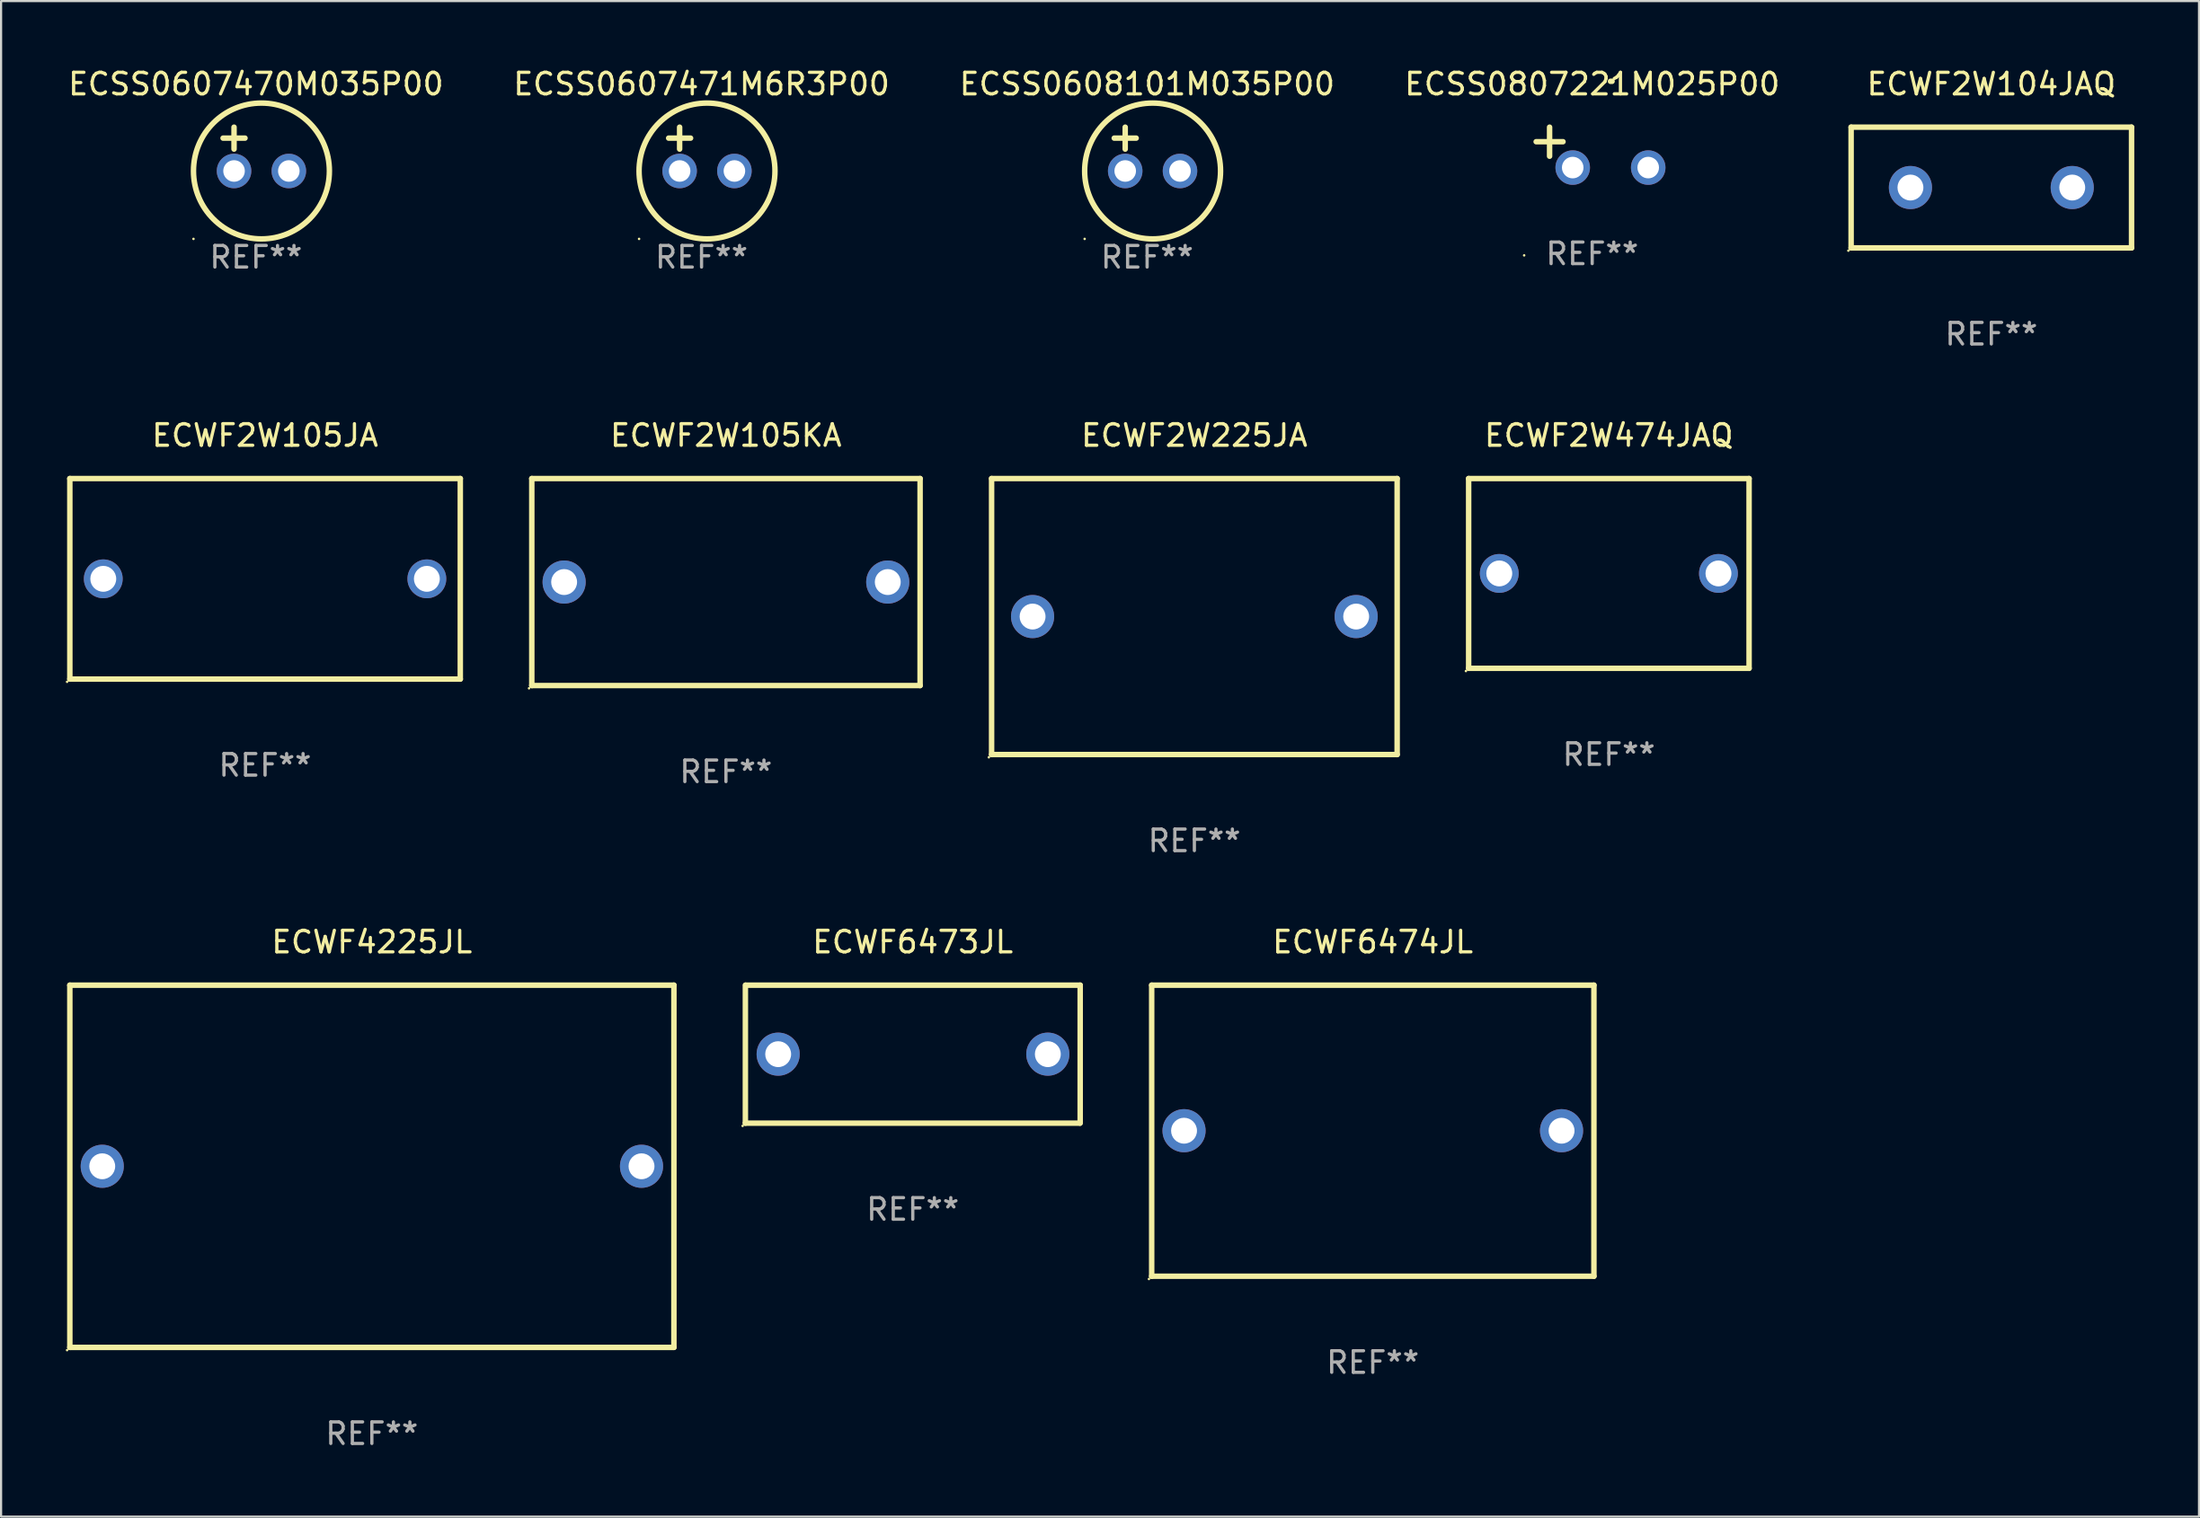
<source format=kicad_pcb>
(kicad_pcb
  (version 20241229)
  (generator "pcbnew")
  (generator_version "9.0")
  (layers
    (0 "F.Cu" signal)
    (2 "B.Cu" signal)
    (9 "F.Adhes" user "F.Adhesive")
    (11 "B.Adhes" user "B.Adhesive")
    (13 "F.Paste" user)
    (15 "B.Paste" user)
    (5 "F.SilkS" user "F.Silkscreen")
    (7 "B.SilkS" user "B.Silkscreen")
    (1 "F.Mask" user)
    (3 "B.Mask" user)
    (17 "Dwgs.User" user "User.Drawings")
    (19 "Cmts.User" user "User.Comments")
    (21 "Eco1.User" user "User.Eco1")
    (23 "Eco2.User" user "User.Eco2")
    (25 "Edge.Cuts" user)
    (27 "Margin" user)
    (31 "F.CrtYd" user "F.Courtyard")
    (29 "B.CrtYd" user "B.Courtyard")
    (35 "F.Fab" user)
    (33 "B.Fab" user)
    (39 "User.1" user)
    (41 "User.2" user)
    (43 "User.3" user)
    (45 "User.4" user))
  (footprint "ECWF2W105KA"
    (layer "F.Cu")
    (at 30.601 23.945)
    (property "Reference" "ECWF2W105KA" (at 0 -6.8 0) (layer "F.SilkS") (effects (font (size 1 1) (thickness 0.15))))
    (attr through_hole)
    (fp_line (start -9 -4.8) (end 9 -4.8) (stroke (width 0.254) (type solid)) (layer "F.SilkS"))
    (fp_line (start -9 4.8) (end -9 -4.8) (stroke (width 0.254) (type solid)) (layer "F.SilkS"))
    (fp_line (start 9 -4.8) (end 9 4.8) (stroke (width 0.254) (type solid)) (layer "F.SilkS"))
    (fp_line (start 9 4.8) (end -9 4.8) (stroke (width 0.254) (type solid)) (layer "F.SilkS"))
    (fp_circle (center -9.127 4.927) (end -9.097 4.927) (stroke (width 0.06) (type solid)) (fill no) (layer "F.SilkS"))
    (fp_text user "REF**" (at 0 8.8 0) (layer "F.Fab") (effects (font (size 1 1) (thickness 0.15))))
    (pad "1" thru_hole circle (at -7.501 0) (size 2 2) (drill 1.2) (layers "*.Cu" "*.Mask"))
    (pad "2" thru_hole circle (at 7.501 0) (size 2 2) (drill 1.2) (layers "*.Cu" "*.Mask")))
  (footprint "ECWF4225JL"
    (layer "F.Cu")
    (at 14.188 51.041)
    (property "Reference" "ECWF4225JL" (at 0 -10.4 0) (layer "F.SilkS") (effects (font (size 1 1) (thickness 0.15))))
    (attr through_hole)
    (fp_line (start -14.001 -8.4) (end 14.001 -8.4) (stroke (width 0.254) (type solid)) (layer "F.SilkS"))
    (fp_line (start -14.001 8.4) (end -14.001 -8.4) (stroke (width 0.254) (type solid)) (layer "F.SilkS"))
    (fp_line (start 14.001 -8.4) (end 14.001 8.4) (stroke (width 0.254) (type solid)) (layer "F.SilkS"))
    (fp_line (start 14.001 8.4) (end -14.001 8.4) (stroke (width 0.254) (type solid)) (layer "F.SilkS"))
    (fp_circle (center -14.128 8.527) (end -14.098 8.527) (stroke (width 0.06) (type solid)) (fill no) (layer "F.SilkS"))
    (fp_text user "REF**" (at 0 12.4 0) (layer "F.Fab") (effects (font (size 1 1) (thickness 0.15))))
    (pad "1" thru_hole circle (at -12.499 0) (size 2 2) (drill 1.2) (layers "*.Cu" "*.Mask"))
    (pad "2" thru_hole circle (at 12.499 0) (size 2 2) (drill 1.2) (layers "*.Cu" "*.Mask")))
  (footprint "ECWF2W474JAQ"
    (layer "F.Cu")
    (at 71.529 23.545)
    (property "Reference" "ECWF2W474JAQ" (at 0 -6.4 0) (layer "F.SilkS") (effects (font (size 1 1) (thickness 0.15))))
    (attr through_hole)
    (fp_line (start -6.5 -4.4) (end 6.5 -4.4) (stroke (width 0.254) (type solid)) (layer "F.SilkS"))
    (fp_line (start -6.5 4.4) (end -6.5 -4.4) (stroke (width 0.254) (type solid)) (layer "F.SilkS"))
    (fp_line (start 6.5 -4.4) (end 6.5 4.4) (stroke (width 0.254) (type solid)) (layer "F.SilkS"))
    (fp_line (start 6.5 4.4) (end -6.5 4.4) (stroke (width 0.254) (type solid)) (layer "F.SilkS"))
    (fp_circle (center -6.627 4.527) (end -6.597 4.527) (stroke (width 0.06) (type solid)) (fill no) (layer "F.SilkS"))
    (fp_text user "REF**" (at 0 8.4 0) (layer "F.Fab") (effects (font (size 1 1) (thickness 0.15))))
    (pad "1" thru_hole circle (at -5.08 0) (size 1.8 1.8) (drill 1.2) (layers "*.Cu" "*.Mask"))
    (pad "2" thru_hole circle (at 5.08 0) (size 1.8 1.8) (drill 1.2) (layers "*.Cu" "*.Mask")))
  (footprint "ECSS0607471M6R3P00"
    (layer "F.Cu")
    (at 29.47 3.864)
    (property "Reference" "ECSS0607471M6R3P00" (at 0 -3.016 0) (layer "F.SilkS") (effects (font (size 1 1) (thickness 0.15))))
    (attr through_hole)
    (fp_line (start -1.524 -0.508) (end -0.508 -0.508) (stroke (width 0.254) (type solid)) (layer "F.SilkS"))
    (fp_line (start -1.016 -1.016) (end -1.016 0) (stroke (width 0.254) (type solid)) (layer "F.SilkS"))
    (fp_circle (center -2.896 4.166) (end -2.866 4.166) (stroke (width 0.06) (type solid)) (fill no) (layer "F.SilkS"))
    (fp_circle (center 0.254 1.016) (end 3.404 1.016) (stroke (width 0.254) (type solid)) (fill no) (layer "F.SilkS"))
    (fp_text user "REF**" (at 0 5.016 0) (layer "F.Fab") (effects (font (size 1 1) (thickness 0.15))))
    (pad "1" thru_hole circle (at -1.016 1.016) (size 1.6 1.6) (drill 1) (layers "*.Cu" "*.Mask"))
    (pad "2" thru_hole circle (at 1.524 1.016) (size 1.6 1.6) (drill 1) (layers "*.Cu" "*.Mask")))
  (footprint "ECSS0608101M035P00"
    (layer "F.Cu")
    (at 50.125 3.864)
    (property "Reference" "ECSS0608101M035P00" (at 0 -3.016 0) (layer "F.SilkS") (effects (font (size 1 1) (thickness 0.15))))
    (attr through_hole)
    (fp_line (start -1.524 -0.508) (end -0.508 -0.508) (stroke (width 0.254) (type solid)) (layer "F.SilkS"))
    (fp_line (start -1.016 -1.016) (end -1.016 0) (stroke (width 0.254) (type solid)) (layer "F.SilkS"))
    (fp_circle (center -2.896 4.166) (end -2.866 4.166) (stroke (width 0.06) (type solid)) (fill no) (layer "F.SilkS"))
    (fp_circle (center 0.254 1.016) (end 3.404 1.016) (stroke (width 0.254) (type solid)) (fill no) (layer "F.SilkS"))
    (fp_text user "REF**" (at 0 5.016 0) (layer "F.Fab") (effects (font (size 1 1) (thickness 0.15))))
    (pad "1" thru_hole circle (at -1.016 1.016) (size 1.6 1.6) (drill 1) (layers "*.Cu" "*.Mask"))
    (pad "2" thru_hole circle (at 1.524 1.016) (size 1.6 1.6) (drill 1) (layers "*.Cu" "*.Mask")))
  (footprint "ECSS0807221M025P00"
    (layer "F.Cu")
    (at 70.756 3.785)
    (property "Reference" "ECSS0807221M025P00" (at 0 -2.937 0) (layer "F.SilkS") (effects (font (size 1 1) (thickness 0.15))))
    (attr through_hole)
    (fp_line (start -1.975 0.41) (end -1.975 -0.937) (stroke (width 0.254) (type solid)) (layer "F.SilkS"))
    (fp_line (start -1.353 -0.263) (end -2.597 -0.263) (stroke (width 0.254) (type solid)) (layer "F.SilkS"))
    (fp_arc (start 0.849809 -3.063957) (mid 0.885369 -3.064114) (end 0.920929 -3.063957) (stroke (width 0.254001) (type solid)) (layer "F.SilkS"))
    (fp_circle (center -3.154 5.008) (end -3.124 5.008) (stroke (width 0.06) (type solid)) (fill no) (layer "F.SilkS"))
    (fp_text user "REF**" (at 0 4.937 0) (layer "F.Fab") (effects (font (size 1 1) (thickness 0.15))))
    (pad "1" thru_hole circle (at -0.903 0.937) (size 1.6 1.6) (drill 1) (layers "*.Cu" "*.Mask"))
    (pad "2" thru_hole circle (at 2.597 0.937) (size 1.6 1.6) (drill 1) (layers "*.Cu" "*.Mask")))
  (footprint "ECWF2W225JA"
    (layer "F.Cu")
    (at 52.315 25.545)
    (property "Reference" "ECWF2W225JA" (at 0 -8.4 0) (layer "F.SilkS") (effects (font (size 1 1) (thickness 0.15))))
    (attr through_hole)
    (fp_line (start -9.4 -6.4) (end 9.4 -6.4) (stroke (width 0.254) (type solid)) (layer "F.SilkS"))
    (fp_line (start -9.4 6.4) (end -9.4 -6.4) (stroke (width 0.254) (type solid)) (layer "F.SilkS"))
    (fp_line (start 9.4 -6.4) (end 9.4 6.4) (stroke (width 0.254) (type solid)) (layer "F.SilkS"))
    (fp_line (start 9.4 6.4) (end -9.4 6.4) (stroke (width 0.254) (type solid)) (layer "F.SilkS"))
    (fp_circle (center -9.527 6.527) (end -9.497 6.527) (stroke (width 0.06) (type solid)) (fill no) (layer "F.SilkS"))
    (fp_text user "REF**" (at 0 10.4 0) (layer "F.Fab") (effects (font (size 1 1) (thickness 0.15))))
    (pad "1" thru_hole circle (at -7.5 0) (size 2 2) (drill 1.2) (layers "*.Cu" "*.Mask"))
    (pad "2" thru_hole circle (at 7.5 0) (size 2 2) (drill 1.2) (layers "*.Cu" "*.Mask")))
  (footprint "ECWF6473JL"
    (layer "F.Cu")
    (at 39.262 45.841)
    (property "Reference" "ECWF6473JL" (at 0 -5.2 0) (layer "F.SilkS") (effects (font (size 1 1) (thickness 0.15))))
    (attr through_hole)
    (fp_line (start -7.76 3.2) (end -7.76 -3.2) (stroke (width 0.254) (type solid)) (layer "F.SilkS"))
    (fp_line (start -7.74 -3.2) (end 7.76 -3.2) (stroke (width 0.254) (type solid)) (layer "F.SilkS"))
    (fp_line (start 7.74 3.2) (end -7.76 3.2) (stroke (width 0.254) (type solid)) (layer "F.SilkS"))
    (fp_line (start 7.76 -3.2) (end 7.76 3.2) (stroke (width 0.254) (type solid)) (layer "F.SilkS"))
    (fp_circle (center -7.887 3.327) (end -7.857 3.327) (stroke (width 0.06) (type solid)) (fill no) (layer "F.SilkS"))
    (fp_text user "REF**" (at 0 7.2 0) (layer "F.Fab") (effects (font (size 1 1) (thickness 0.15))))
    (pad "1" thru_hole circle (at -6.24 0) (size 2 2) (drill 1.2) (layers "*.Cu" "*.Mask"))
    (pad "2" thru_hole circle (at 6.26 0) (size 2 2) (drill 1.2) (layers "*.Cu" "*.Mask")))
  (footprint "ECWF2W105JA"
    (layer "F.Cu")
    (at 9.237 23.795)
    (property "Reference" "ECWF2W105JA" (at 0 -6.65 0) (layer "F.SilkS") (effects (font (size 1 1) (thickness 0.15))))
    (attr through_hole)
    (fp_line (start -9.05 -4.65) (end 9.05 -4.65) (stroke (width 0.254) (type solid)) (layer "F.SilkS"))
    (fp_line (start -9.05 4.65) (end -9.05 -4.65) (stroke (width 0.254) (type solid)) (layer "F.SilkS"))
    (fp_line (start 9.05 -4.65) (end 9.05 4.65) (stroke (width 0.254) (type solid)) (layer "F.SilkS"))
    (fp_line (start 9.05 4.65) (end -9.05 4.65) (stroke (width 0.254) (type solid)) (layer "F.SilkS"))
    (fp_circle (center -9.177 4.777) (end -9.147 4.777) (stroke (width 0.06) (type solid)) (fill no) (layer "F.SilkS"))
    (fp_text user "REF**" (at 0 8.65 0) (layer "F.Fab") (effects (font (size 1 1) (thickness 0.15))))
    (pad "1" thru_hole circle (at -7.5 -0.000025) (size 1.8 1.8) (drill 1.2) (layers "*.Cu" "*.Mask"))
    (pad "2" thru_hole circle (at 7.5 -0.000025) (size 1.8 1.8) (drill 1.2) (layers "*.Cu" "*.Mask")))
  (footprint "ECWF2W104JAQ"
    (layer "F.Cu")
    (at 89.258 5.648)
    (property "Reference" "ECWF2W104JAQ" (at 0 -4.8 0) (layer "F.SilkS") (effects (font (size 1 1) (thickness 0.15))))
    (attr through_hole)
    (fp_line (start -6.5 -2.8) (end -6.5 2.8) (stroke (width 0.254) (type solid)) (layer "F.SilkS"))
    (fp_line (start -6.5 -2.8) (end 6.5 -2.8) (stroke (width 0.254) (type solid)) (layer "F.SilkS"))
    (fp_line (start -6.5 2.8) (end 6.5 2.8) (stroke (width 0.254) (type solid)) (layer "F.SilkS"))
    (fp_line (start 6.5 -2.8) (end 6.5 2.8) (stroke (width 0.254) (type solid)) (layer "F.SilkS"))
    (fp_circle (center -6.627 2.927) (end -6.597 2.927) (stroke (width 0.06) (type solid)) (fill no) (layer "F.SilkS"))
    (fp_text user "REF**" (at 0 6.8 0) (layer "F.Fab") (effects (font (size 1 1) (thickness 0.15))))
    (pad "1" thru_hole circle (at -3.75 0) (size 2 2) (drill 1.2) (layers "*.Cu" "*.Mask"))
    (pad "2" thru_hole circle (at 3.75 0) (size 2 2) (drill 1.2) (layers "*.Cu" "*.Mask")))
  (footprint "ECWF6474JL"
    (layer "F.Cu")
    (at 60.586 49.391)
    (property "Reference" "ECWF6474JL" (at 0 -8.75 0) (layer "F.SilkS") (effects (font (size 1 1) (thickness 0.15))))
    (attr through_hole)
    (fp_line (start -10.25 -6.75) (end 10.25 -6.75) (stroke (width 0.254) (type solid)) (layer "F.SilkS"))
    (fp_line (start -10.25 6.75) (end -10.25 -6.75) (stroke (width 0.254) (type solid)) (layer "F.SilkS"))
    (fp_line (start 10.25 -6.75) (end 10.25 6.75) (stroke (width 0.254) (type solid)) (layer "F.SilkS"))
    (fp_line (start 10.25 6.75) (end -10.25 6.75) (stroke (width 0.254) (type solid)) (layer "F.SilkS"))
    (fp_circle (center -10.377 6.877) (end -10.347 6.877) (stroke (width 0.06) (type solid)) (fill no) (layer "F.SilkS"))
    (fp_text user "REF**" (at 0 10.75 0) (layer "F.Fab") (effects (font (size 1 1) (thickness 0.15))))
    (pad "1" thru_hole circle (at -8.75 0) (size 2 2) (drill 1.2) (layers "*.Cu" "*.Mask"))
    (pad "2" thru_hole circle (at 8.75 0) (size 2 2) (drill 1.2) (layers "*.Cu" "*.Mask")))
  (footprint "ECSS0607470M035P00"
    (layer "F.Cu")
    (at 8.815 3.864)
    (property "Reference" "ECSS0607470M035P00" (at 0 -3.016 0) (layer "F.SilkS") (effects (font (size 1 1) (thickness 0.15))))
    (attr through_hole)
    (fp_line (start -1.524 -0.508) (end -0.508 -0.508) (stroke (width 0.254) (type solid)) (layer "F.SilkS"))
    (fp_line (start -1.016 -1.016) (end -1.016 0) (stroke (width 0.254) (type solid)) (layer "F.SilkS"))
    (fp_circle (center -2.896 4.166) (end -2.866 4.166) (stroke (width 0.06) (type solid)) (fill no) (layer "F.SilkS"))
    (fp_circle (center 0.254 1.016) (end 3.404 1.016) (stroke (width 0.254) (type solid)) (fill no) (layer "F.SilkS"))
    (fp_text user "REF**" (at 0 5.016 0) (layer "F.Fab") (effects (font (size 1 1) (thickness 0.15))))
    (pad "1" thru_hole circle (at -1.016 1.016) (size 1.6 1.6) (drill 1) (layers "*.Cu" "*.Mask"))
    (pad "2" thru_hole circle (at 1.524 1.016) (size 1.6 1.6) (drill 1) (layers "*.Cu" "*.Mask")))
  (gr_rect
    (start -3 -3)
    (end 98.885 67.29)
    (stroke (width 0.1) (type default))
    (fill no)
    (layer "Edge.Cuts")))
</source>
